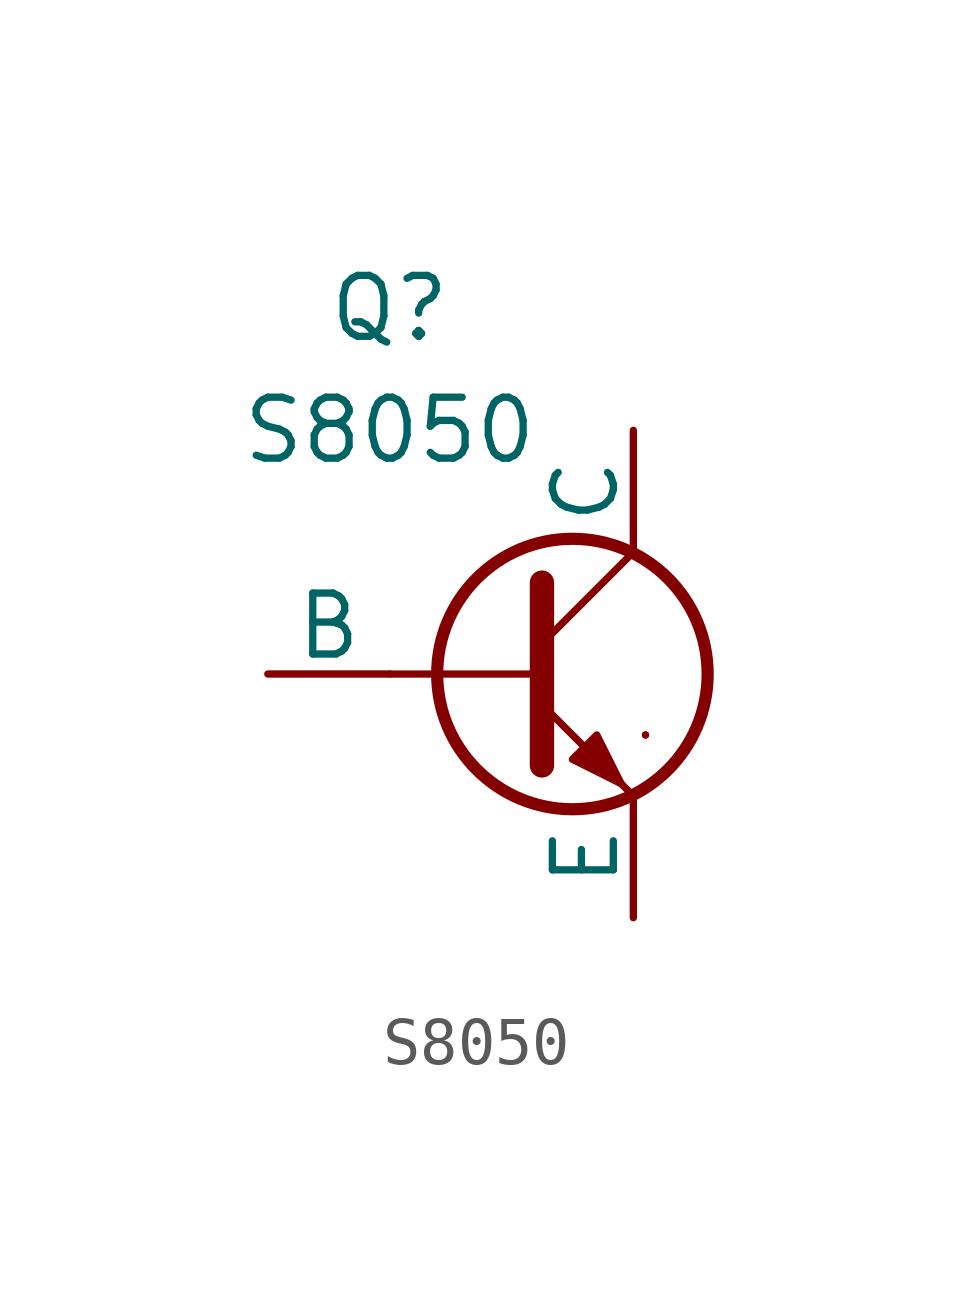
<source format=kicad_sym>
(kicad_symbol_lib
  (version 20231120)
  (generator "kicad_symbol_editor")
  (generator_version "8.0")
  (symbol "S8050"
    (pin_numbers hide)
    (pin_names
      (offset 0))
    (property "Reference" "Q"
      (at -2.54 7.62 0)
      (effects (font (size 1.27 1.27))))
    (property "Value" "S8050"
      (at -2.54 5.08 0)
      (effects (font (size 1.27 1.27))))
    (symbol "S8050_0_1"
      (polyline (pts (xy -2.54 0) (xy 0.635 0)) (stroke (width 0.152) (type default)) (fill (type none)))
      (polyline (pts (xy 0.635 0.635) (xy 2.54 2.54)) (stroke (width 0) (type default)) (fill (type none)))
      (polyline (pts (xy 2.794 -1.27) (xy 2.794 -1.27)) (stroke (width 0.152) (type default)) (fill (type none)))
      (polyline (pts (xy 2.794 -1.27) (xy 2.794 -1.27)) (stroke (width 0.152) (type default)) (fill (type none)))
      (polyline (pts (xy 0.635 -0.635) (xy 2.54 -2.54) (xy 2.54 -2.54)) (stroke (width 0) (type default)) (fill (type none)))
      (polyline (pts (xy 0.635 1.905) (xy 0.635 -1.905) (xy 0.635 -1.905)) (stroke (width 0.508) (type default)) (fill (type none)))
      (polyline (pts (xy 1.27 -1.778) (xy 1.778 -1.27) (xy 2.286 -2.286) (xy 1.27 -1.778) (xy 1.27 -1.778)) (stroke (width 0) (type default)) (fill (type outline)))
      (circle (center 1.27 0) (radius 2.819) (stroke (width 0.254) (type default)) (fill (type none))))
    (symbol "S8050_1_1"
      (pin input line (at -5.08 0 0) (length 2.54) (name "B" (effects (font (size 1.27 1.27)))) (number "B" (effects (font (size 1.27 1.27)))))
      (pin open_collector line (at 2.54 5.08 270) (length 2.54) (name "C" (effects (font (size 1.27 1.27)))) (number "C" (effects (font (size 1.27 1.27)))))
      (pin open_emitter line (at 2.54 -5.08 90) (length 2.54) (name "E" (effects (font (size 1.27 1.27)))) (number "E" (effects (font (size 1.27 1.27))))))))
</source>
